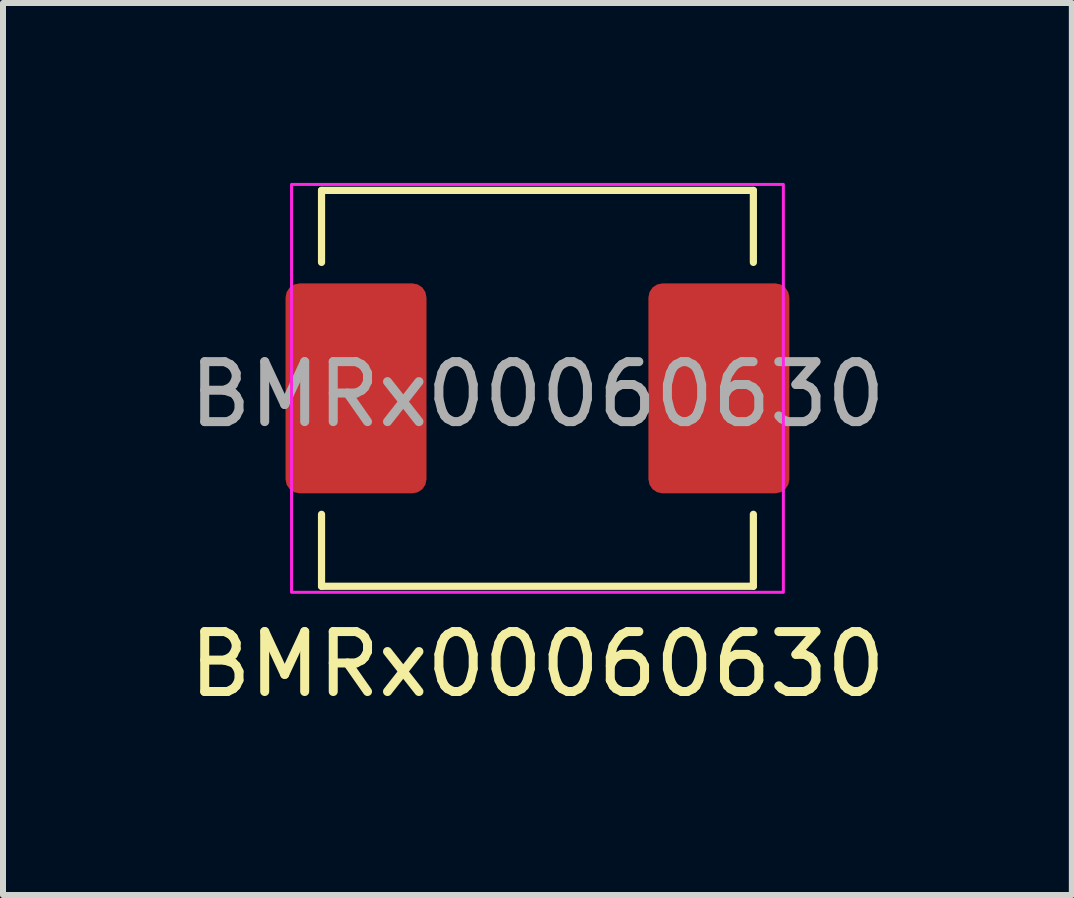
<source format=kicad_pcb>
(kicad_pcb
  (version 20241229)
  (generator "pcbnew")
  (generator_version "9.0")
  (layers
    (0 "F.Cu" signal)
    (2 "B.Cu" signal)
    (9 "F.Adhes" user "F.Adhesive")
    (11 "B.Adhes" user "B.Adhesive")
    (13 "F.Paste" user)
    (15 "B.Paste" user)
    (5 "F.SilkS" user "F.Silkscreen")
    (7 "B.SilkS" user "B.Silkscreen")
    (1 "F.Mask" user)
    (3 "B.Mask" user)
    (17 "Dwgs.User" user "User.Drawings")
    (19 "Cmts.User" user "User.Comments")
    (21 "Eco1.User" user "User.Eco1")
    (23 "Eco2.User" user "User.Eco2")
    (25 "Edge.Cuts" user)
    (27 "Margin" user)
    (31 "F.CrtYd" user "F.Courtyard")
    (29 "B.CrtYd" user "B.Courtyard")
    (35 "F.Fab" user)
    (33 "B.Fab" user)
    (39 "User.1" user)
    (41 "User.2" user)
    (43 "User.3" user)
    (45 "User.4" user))
  (footprint "BMRx00060630"
    (layer "F.Cu")
    (at 5.911 3.425)
    (property "Reference" "BMRx00060630" (at 0 4.6 0) (unlocked yes) (layer "F.SilkS") (effects (font (size 1 1) (thickness 0.15))))
    (attr smd)
    (fp_line (start -3.6 -3.3) (end 3.6 -3.3) (stroke (width 0.12) (type solid)) (layer "F.SilkS"))
    (fp_line (start -3.6 -2.1) (end -3.6 -3.3) (stroke (width 0.12) (type solid)) (layer "F.SilkS"))
    (fp_line (start -3.6 3.3) (end -3.6 2.1) (stroke (width 0.12) (type solid)) (layer "F.SilkS"))
    (fp_line (start -3.6 3.3) (end 3.6 3.3) (stroke (width 0.12) (type solid)) (layer "F.SilkS"))
    (fp_line (start 3.6 -2.1) (end 3.6 -3.3) (stroke (width 0.12) (type solid)) (layer "F.SilkS"))
    (fp_line (start 3.6 3.3) (end 3.6 2.1) (stroke (width 0.12) (type solid)) (layer "F.SilkS"))
    (fp_rect (start -4.1 -3.4) (end 4.1 3.4) (stroke (width 0.05) (type solid)) (fill no) (layer "F.CrtYd"))
    (fp_text user "${REFERENCE}" (at 0 0.1 0) (unlocked yes) (layer "F.Fab") (effects (font (size 1 1) (thickness 0.15))))
    (pad "1" smd roundrect (at -3.025 0) (size 2.35 3.5) (layers "F.Cu" "F.Mask" "F.Paste") (roundrect_rratio 0.1))
    (pad "2" smd roundrect (at 3.025 0) (size 2.35 3.5) (layers "F.Cu" "F.Mask" "F.Paste") (roundrect_rratio 0.1)))
  (gr_rect
    (start -3 -3)
    (end 14.821 11.873)
    (stroke (width 0.1) (type default))
    (fill no)
    (layer "Edge.Cuts")))
</source>
